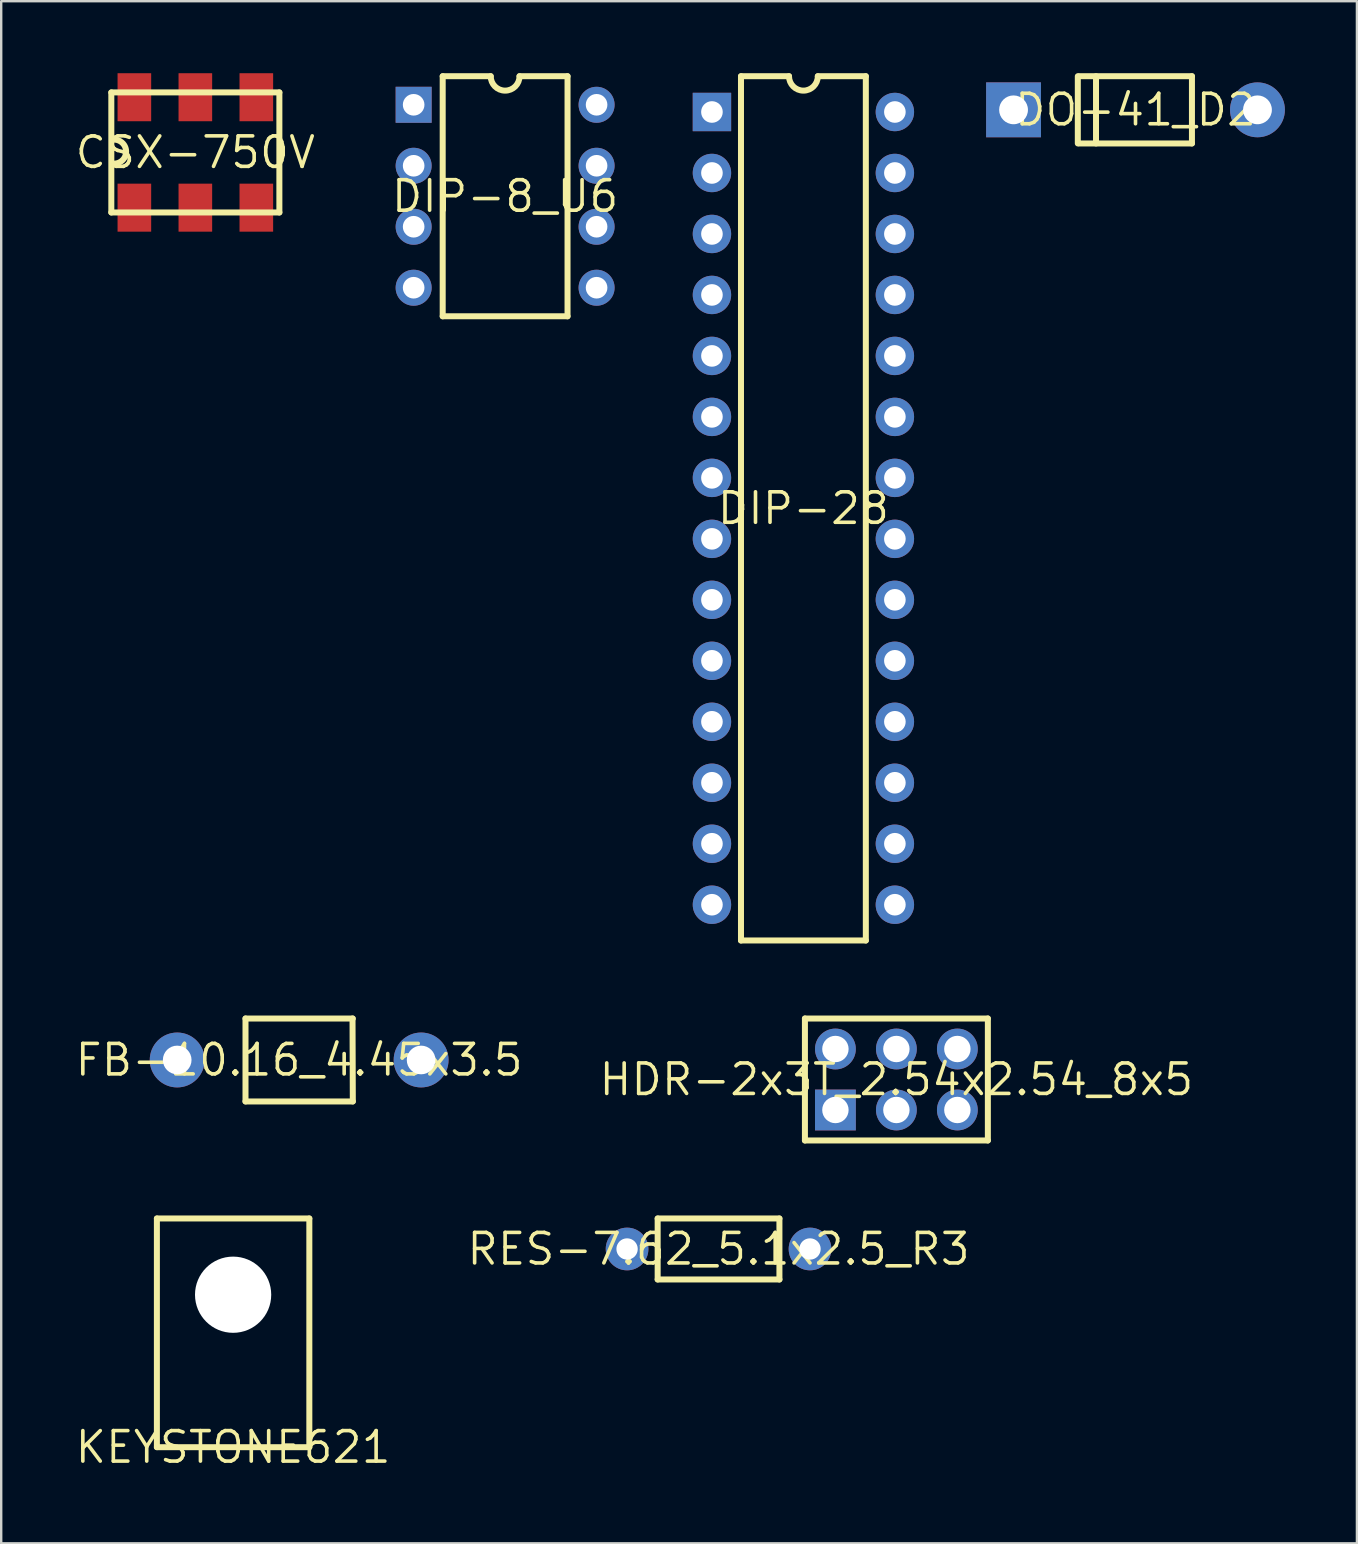
<source format=kicad_pcb>
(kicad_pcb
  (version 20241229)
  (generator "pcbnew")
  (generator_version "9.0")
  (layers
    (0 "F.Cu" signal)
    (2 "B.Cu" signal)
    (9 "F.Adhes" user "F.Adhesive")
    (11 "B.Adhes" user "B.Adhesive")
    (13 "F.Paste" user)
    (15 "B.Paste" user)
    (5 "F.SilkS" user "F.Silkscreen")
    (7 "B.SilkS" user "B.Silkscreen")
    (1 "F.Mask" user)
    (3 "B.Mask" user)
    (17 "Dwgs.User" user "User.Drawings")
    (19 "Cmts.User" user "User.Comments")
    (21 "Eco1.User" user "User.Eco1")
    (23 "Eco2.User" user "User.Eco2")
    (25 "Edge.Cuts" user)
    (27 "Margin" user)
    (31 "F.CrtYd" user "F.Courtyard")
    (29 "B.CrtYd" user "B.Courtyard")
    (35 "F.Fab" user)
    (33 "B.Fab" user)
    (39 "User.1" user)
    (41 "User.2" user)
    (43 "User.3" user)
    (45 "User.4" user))
  (footprint "DIP-28"
    (layer "F.Cu")
    (at 30.415 18.125)
    (property "Reference" "DIP-28" (at 0 0 0) (layer "F.SilkS") (effects (font (size 1.27 1.27) (thickness 0.15))))
    (fp_line (start -2.6 -18) (end -2.6 18) (stroke (width 0.25) (type solid)) (layer "F.SilkS"))
    (fp_line (start -2.6 -18) (end -0.6 -18) (stroke (width 0.25) (type solid)) (layer "F.SilkS"))
    (fp_line (start -2.6 18) (end 2.6 18) (stroke (width 0.25) (type solid)) (layer "F.SilkS"))
    (fp_line (start 2.6 -18) (end 0.6 -18) (stroke (width 0.25) (type solid)) (layer "F.SilkS"))
    (fp_line (start 2.6 -18) (end 2.6 18) (stroke (width 0.25) (type solid)) (layer "F.SilkS"))
    (fp_arc (start 0.6 -17.999998) (mid -0.000001 -17.40262) (end -0.6 -18) (stroke (width 0.25) (type solid)) (layer "F.SilkS"))
    (pad "1" thru_hole rect (at -3.81 -16.51 90) (size 1.6 1.6) (drill 0.9) (layers "*.Cu" "*.Mask"))
    (pad "2" thru_hole circle (at -3.81 -13.97 90) (size 1.6 1.6) (drill 0.9) (layers "*.Cu" "*.Mask"))
    (pad "3" thru_hole circle (at -3.81 -11.43 90) (size 1.6 1.6) (drill 0.9) (layers "*.Cu" "*.Mask"))
    (pad "4" thru_hole circle (at -3.81 -8.89 90) (size 1.6 1.6) (drill 0.9) (layers "*.Cu" "*.Mask"))
    (pad "5" thru_hole circle (at -3.81 -6.35 90) (size 1.6 1.6) (drill 0.9) (layers "*.Cu" "*.Mask"))
    (pad "6" thru_hole circle (at -3.81 -3.81 90) (size 1.6 1.6) (drill 0.9) (layers "*.Cu" "*.Mask"))
    (pad "7" thru_hole circle (at -3.81 -1.27 90) (size 1.6 1.6) (drill 0.9) (layers "*.Cu" "*.Mask"))
    (pad "8" thru_hole circle (at -3.81 1.27 90) (size 1.6 1.6) (drill 0.9) (layers "*.Cu" "*.Mask"))
    (pad "9" thru_hole circle (at -3.81 3.81 90) (size 1.6 1.6) (drill 0.9) (layers "*.Cu" "*.Mask"))
    (pad "10" thru_hole circle (at -3.81 6.35 90) (size 1.6 1.6) (drill 0.9) (layers "*.Cu" "*.Mask"))
    (pad "11" thru_hole circle (at -3.81 8.89 90) (size 1.6 1.6) (drill 0.9) (layers "*.Cu" "*.Mask"))
    (pad "12" thru_hole circle (at -3.81 11.43 90) (size 1.6 1.6) (drill 0.9) (layers "*.Cu" "*.Mask"))
    (pad "13" thru_hole circle (at -3.81 13.97 90) (size 1.6 1.6) (drill 0.9) (layers "*.Cu" "*.Mask"))
    (pad "14" thru_hole circle (at -3.81 16.51 90) (size 1.6 1.6) (drill 0.9) (layers "*.Cu" "*.Mask"))
    (pad "15" thru_hole circle (at 3.81 16.51 90) (size 1.6 1.6) (drill 0.9) (layers "*.Cu" "*.Mask"))
    (pad "16" thru_hole circle (at 3.81 13.97 90) (size 1.6 1.6) (drill 0.9) (layers "*.Cu" "*.Mask"))
    (pad "17" thru_hole circle (at 3.81 11.43 90) (size 1.6 1.6) (drill 0.9) (layers "*.Cu" "*.Mask"))
    (pad "18" thru_hole circle (at 3.81 8.89 90) (size 1.6 1.6) (drill 0.9) (layers "*.Cu" "*.Mask"))
    (pad "19" thru_hole circle (at 3.81 6.35 90) (size 1.6 1.6) (drill 0.9) (layers "*.Cu" "*.Mask"))
    (pad "20" thru_hole circle (at 3.81 3.81 90) (size 1.6 1.6) (drill 0.9) (layers "*.Cu" "*.Mask"))
    (pad "21" thru_hole circle (at 3.81 1.27 90) (size 1.6 1.6) (drill 0.9) (layers "*.Cu" "*.Mask"))
    (pad "22" thru_hole circle (at 3.81 -1.27 90) (size 1.6 1.6) (drill 0.9) (layers "*.Cu" "*.Mask"))
    (pad "23" thru_hole circle (at 3.81 -3.81 90) (size 1.6 1.6) (drill 0.9) (layers "*.Cu" "*.Mask"))
    (pad "24" thru_hole circle (at 3.81 -6.35 90) (size 1.6 1.6) (drill 0.9) (layers "*.Cu" "*.Mask"))
    (pad "25" thru_hole circle (at 3.81 -8.89 90) (size 1.6 1.6) (drill 0.9) (layers "*.Cu" "*.Mask"))
    (pad "26" thru_hole circle (at 3.81 -11.43 90) (size 1.6 1.6) (drill 0.9) (layers "*.Cu" "*.Mask"))
    (pad "27" thru_hole circle (at 3.81 -13.97 90) (size 1.6 1.6) (drill 0.9) (layers "*.Cu" "*.Mask"))
    (pad "28" thru_hole circle (at 3.81 -16.51 90) (size 1.6 1.6) (drill 0.9) (layers "*.Cu" "*.Mask")))
  (footprint "HDR-2x3T_2.54x2.54_8x5"
    (layer "F.Cu")
    (at 34.288 41.915)
    (property "Reference" "HDR-2x3T_2.54x2.54_8x5" (at 0 0 0) (layer "F.SilkS") (effects (font (size 1.27 1.27) (thickness 0.15))))
    (fp_line (start -3.81 -2.54) (end 3.81 -2.54) (stroke (width 0.25) (type solid)) (layer "F.SilkS"))
    (fp_line (start -3.81 2.54) (end -3.81 -2.54) (stroke (width 0.25) (type solid)) (layer "F.SilkS"))
    (fp_line (start 3.81 -2.54) (end 3.81 2.54) (stroke (width 0.25) (type solid)) (layer "F.SilkS"))
    (fp_line (start 3.81 2.54) (end -3.81 2.54) (stroke (width 0.25) (type solid)) (layer "F.SilkS"))
    (pad "1" thru_hole rect (at -2.54 1.27) (size 1.7 1.7) (drill 1.1) (layers "*.Cu" "*.Mask"))
    (pad "2" thru_hole circle (at -2.54 -1.27) (size 1.7 1.7) (drill 1.1) (layers "*.Cu" "*.Mask"))
    (pad "3" thru_hole circle (at 0 1.27) (size 1.7 1.7) (drill 1.1) (layers "*.Cu" "*.Mask"))
    (pad "4" thru_hole circle (at 0 -1.27) (size 1.7 1.7) (drill 1.1) (layers "*.Cu" "*.Mask"))
    (pad "5" thru_hole circle (at 2.54 1.27) (size 1.7 1.7) (drill 1.1) (layers "*.Cu" "*.Mask"))
    (pad "6" thru_hole circle (at 2.54 -1.27) (size 1.7 1.7) (drill 1.1) (layers "*.Cu" "*.Mask")))
  (footprint "FB-10.16_4.45x3.5"
    (layer "F.Cu")
    (at 9.411 41.102)
    (property "Reference" "FB-10.16_4.45x3.5" (at 0 0 0) (layer "F.SilkS") (effects (font (size 1.27 1.27) (thickness 0.15))))
    (fp_line (start -2.235 -1.727) (end 2.235 -1.727) (stroke (width 0.25) (type solid)) (layer "F.SilkS"))
    (fp_line (start -2.235 1.727) (end -2.235 -1.727) (stroke (width 0.25) (type solid)) (layer "F.SilkS"))
    (fp_line (start -2.235 1.727) (end 2.235 1.727) (stroke (width 0.25) (type solid)) (layer "F.SilkS"))
    (fp_line (start 2.235 1.727) (end 2.223 -1.727) (stroke (width 0.25) (type solid)) (layer "F.SilkS"))
    (pad "1" thru_hole circle (at -5.08 0) (size 2.286 2.286) (drill 1.194) (layers "*.Cu" "*.Mask"))
    (pad "2" thru_hole circle (at 5.08 0) (size 2.286 2.286) (drill 1.194) (layers "*.Cu" "*.Mask")))
  (footprint "RES-7.62_5.1x2.5_R3"
    (layer "F.Cu")
    (at 26.88 48.975)
    (property "Reference" "RES-7.62_5.1x2.5_R3" (at 0 0 0) (layer "F.SilkS") (effects (font (size 1.27 1.27) (thickness 0.15))))
    (fp_line (start -2.536 -1.27) (end 2.536 -1.27) (stroke (width 0.25) (type solid)) (layer "F.SilkS"))
    (fp_line (start -2.536 1.27) (end -2.536 -1.27) (stroke (width 0.25) (type solid)) (layer "F.SilkS"))
    (fp_line (start -2.536 1.27) (end 2.536 1.27) (stroke (width 0.25) (type solid)) (layer "F.SilkS"))
    (fp_line (start 2.536 1.27) (end 2.536 -1.27) (stroke (width 0.25) (type solid)) (layer "F.SilkS"))
    (pad "1" thru_hole circle (at -3.81 0) (size 1.778 1.778) (drill 0.889) (layers "*.Cu" "*.Mask"))
    (pad "2" thru_hole circle (at 3.81 0) (size 1.778 1.778) (drill 0.889) (layers "*.Cu" "*.Mask")))
  (footprint "KEYSTONE621"
    (layer "F.Cu")
    (at 6.66 57.23)
    (property "Reference" "KEYSTONE621" (at 0 0 0) (layer "F.SilkS") (effects (font (size 1.27 1.27) (thickness 0.15))))
    (fp_line (start -3.175 -9.525) (end 3.175 -9.525) (stroke (width 0.25) (type solid)) (layer "F.SilkS"))
    (fp_line (start -3.175 0) (end -3.175 -9.525) (stroke (width 0.25) (type solid)) (layer "F.SilkS"))
    (fp_line (start 3.175 -9.525) (end 3.175 0) (stroke (width 0.25) (type solid)) (layer "F.SilkS"))
    (fp_line (start 3.175 0) (end -3.175 0) (stroke (width 0.25) (type solid)) (layer "F.SilkS"))
    (pad "" np_thru_hole circle (at 0 -6.35) (size 3.175 3.175) (drill 3.175) (layers "*.Cu" "*.Mask")))
  (footprint "DIP-8_U6"
    (layer "F.Cu")
    (at 17.99 5.125)
    (property "Reference" "DIP-8_U6" (at 0 0 0) (layer "F.SilkS") (effects (font (size 1.27 1.27) (thickness 0.15))))
    (fp_line (start -2.6 -5) (end -2.6 5) (stroke (width 0.25) (type solid)) (layer "F.SilkS"))
    (fp_line (start -2.6 -5) (end -0.6 -5) (stroke (width 0.25) (type solid)) (layer "F.SilkS"))
    (fp_line (start -2.6 5) (end 2.6 5) (stroke (width 0.25) (type solid)) (layer "F.SilkS"))
    (fp_line (start 2.6 -5) (end 0.6 -5) (stroke (width 0.25) (type solid)) (layer "F.SilkS"))
    (fp_line (start 2.6 -5) (end 2.6 5) (stroke (width 0.25) (type solid)) (layer "F.SilkS"))
    (fp_arc (start 0.6 -4.999998) (mid -0.000001 -4.400095) (end -0.6 -5) (stroke (width 0.25) (type solid)) (layer "F.SilkS"))
    (pad "1" thru_hole rect (at -3.81 -3.81 90) (size 1.5 1.5) (drill 0.9) (layers "*.Cu" "*.Mask"))
    (pad "2" thru_hole circle (at -3.81 -1.27 90) (size 1.5 1.5) (drill 0.9) (layers "*.Cu" "*.Mask"))
    (pad "3" thru_hole circle (at -3.81 1.27 90) (size 1.5 1.5) (drill 0.9) (layers "*.Cu" "*.Mask"))
    (pad "4" thru_hole circle (at -3.81 3.81 90) (size 1.5 1.5) (drill 0.9) (layers "*.Cu" "*.Mask"))
    (pad "5" thru_hole circle (at 3.81 3.81 90) (size 1.5 1.5) (drill 0.9) (layers "*.Cu" "*.Mask"))
    (pad "6" thru_hole circle (at 3.81 1.27 90) (size 1.5 1.5) (drill 0.9) (layers "*.Cu" "*.Mask"))
    (pad "7" thru_hole circle (at 3.81 -1.27 90) (size 1.5 1.5) (drill 0.9) (layers "*.Cu" "*.Mask"))
    (pad "8" thru_hole circle (at 3.81 -3.81 90) (size 1.5 1.5) (drill 0.9) (layers "*.Cu" "*.Mask")))
  (footprint "DO-41_D2"
    (layer "F.Cu")
    (at 44.248 1.525)
    (property "Reference" "DO-41_D2" (at 0 0 0) (layer "F.SilkS") (effects (font (size 1.27 1.27) (thickness 0.15))))
    (fp_line (start -2.403 1.4) (end -2.403 -1.4) (stroke (width 0.25) (type solid)) (layer "F.SilkS"))
    (fp_line (start -2.351 -1.4) (end 2.351 -1.4) (stroke (width 0.25) (type solid)) (layer "F.SilkS"))
    (fp_line (start -2.351 1.4) (end 2.351 1.4) (stroke (width 0.25) (type solid)) (layer "F.SilkS"))
    (fp_line (start -1.645 1.4) (end -1.645 -1.4) (stroke (width 0.25) (type solid)) (layer "F.SilkS"))
    (fp_line (start 2.351 1.4) (end 2.351 -1.4) (stroke (width 0.25) (type solid)) (layer "F.SilkS"))
    (pad "1" thru_hole rect (at -5.08 0) (size 2.286 2.286) (drill 1.2) (layers "*.Cu" "*.Mask"))
    (pad "2" thru_hole circle (at 5.08 0) (size 2.286 2.286) (drill 1.2) (layers "*.Cu" "*.Mask")))
  (footprint "CSX-750V"
    (layer "F.Cu")
    (at 5.087 3.3)
    (property "Reference" "CSX-750V" (at 0 0 0) (layer "F.SilkS") (effects (font (size 1.27 1.27) (thickness 0.15))))
    (fp_line (start -3.5 -2.5) (end 3.5 -2.5) (stroke (width 0.25) (type solid)) (layer "F.SilkS"))
    (fp_line (start -3.5 2.5) (end -3.5 -2.5) (stroke (width 0.25) (type solid)) (layer "F.SilkS"))
    (fp_line (start 3.5 -2.5) (end 3.5 2.5) (stroke (width 0.25) (type solid)) (layer "F.SilkS"))
    (fp_line (start 3.5 2.5) (end -3.5 2.5) (stroke (width 0.25) (type solid)) (layer "F.SilkS"))
    (fp_arc (start -3.473999 -0.526999) (mid -2.883669 -0.048867) (end -3.445 0.463) (stroke (width 0.25) (type solid)) (layer "F.SilkS"))
    (pad "1" smd rect (at -2.54 2.3) (size 1.4 2) (layers "F.Cu" "F.Mask" "F.Paste"))
    (pad "2" smd rect (at 0 2.3) (size 1.4 2) (layers "F.Cu" "F.Mask" "F.Paste"))
    (pad "3" smd rect (at 2.54 2.3) (size 1.4 2) (layers "F.Cu" "F.Mask" "F.Paste"))
    (pad "4" smd rect (at 2.54 -2.3) (size 1.4 2) (layers "F.Cu" "F.Mask" "F.Paste"))
    (pad "5" smd rect (at 0 -2.3) (size 1.4 2) (layers "F.Cu" "F.Mask" "F.Paste"))
    (pad "6" smd rect (at -2.54 -2.3) (size 1.4 2) (layers "F.Cu" "F.Mask" "F.Paste")))
  (gr_rect
    (start -3 -3)
    (end 53.471 61.236)
    (stroke (width 0.1) (type default))
    (fill no)
    (layer "Edge.Cuts")))
</source>
